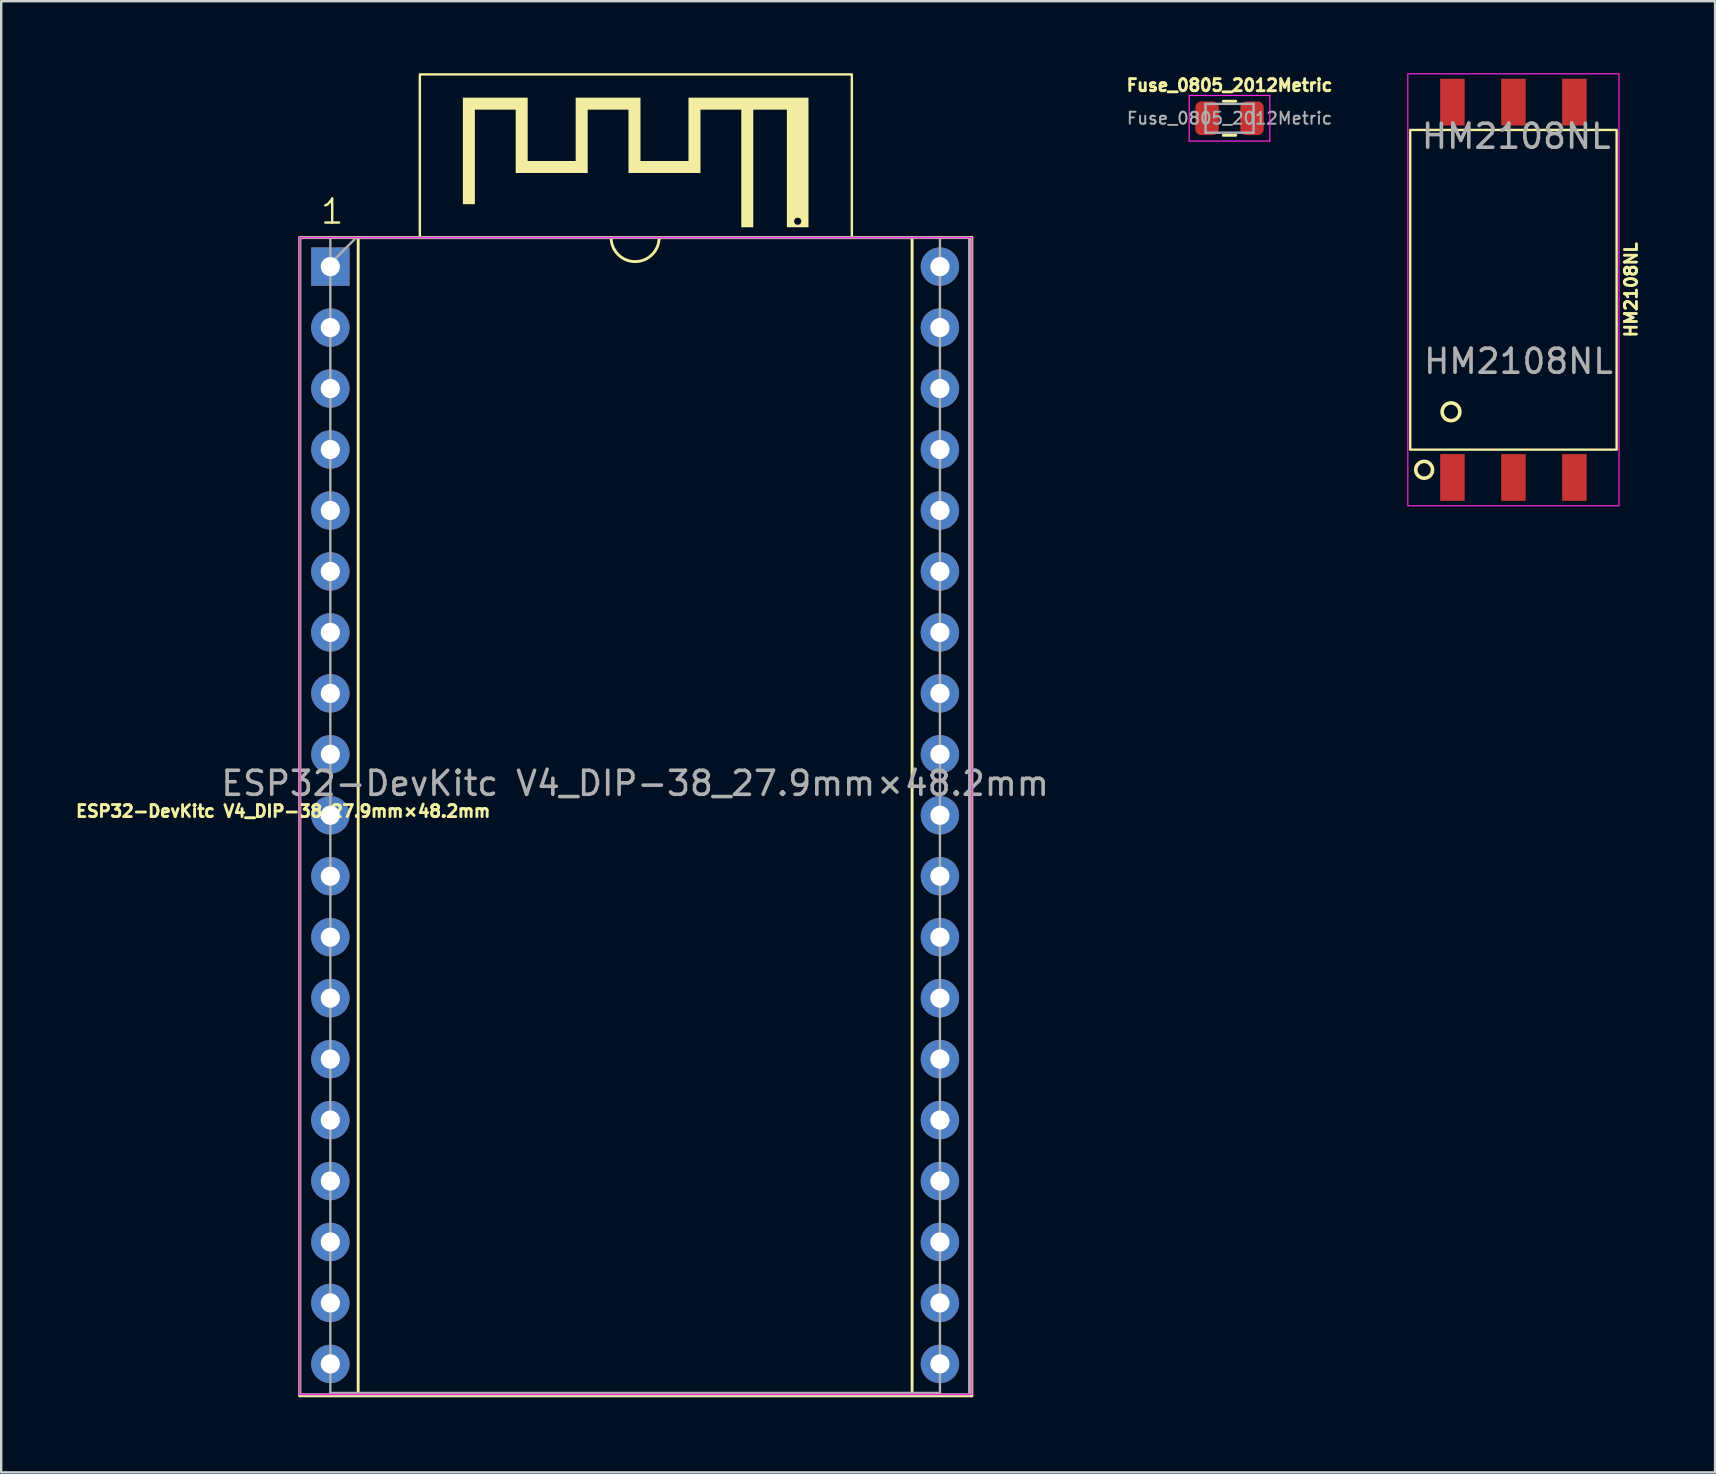
<source format=kicad_pcb>
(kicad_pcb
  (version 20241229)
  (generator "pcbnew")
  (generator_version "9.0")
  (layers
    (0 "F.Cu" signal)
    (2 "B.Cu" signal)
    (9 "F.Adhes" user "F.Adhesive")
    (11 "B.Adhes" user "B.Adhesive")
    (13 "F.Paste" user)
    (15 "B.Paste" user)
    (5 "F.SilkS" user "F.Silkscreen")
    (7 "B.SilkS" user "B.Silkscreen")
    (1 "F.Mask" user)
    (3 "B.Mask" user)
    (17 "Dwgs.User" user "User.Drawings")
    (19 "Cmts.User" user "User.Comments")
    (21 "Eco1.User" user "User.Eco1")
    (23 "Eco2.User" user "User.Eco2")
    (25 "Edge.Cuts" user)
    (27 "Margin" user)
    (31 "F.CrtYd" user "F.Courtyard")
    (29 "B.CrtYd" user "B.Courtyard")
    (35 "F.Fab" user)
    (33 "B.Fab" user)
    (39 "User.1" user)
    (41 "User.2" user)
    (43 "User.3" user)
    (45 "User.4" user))
  (footprint "Fuse_0805_2012Metric"
    (layer "F.Cu")
    (at 48.181 1.878)
    (property "Reference" "Fuse_0805_2012Metric" (at 0 -1.375 180) (layer "F.SilkS") (effects (font (size 0.5 0.5) (thickness 0.12))))
    (attr smd)
    (fp_line (start -0.259 -0.71) (end 0.259 -0.71) (stroke (width 0.12) (type solid)) (layer "F.SilkS"))
    (fp_line (start -0.259 0.71) (end 0.259 0.71) (stroke (width 0.12) (type solid)) (layer "F.SilkS"))
    (fp_line (start -1.68 -0.95) (end 1.68 -0.95) (stroke (width 0.05) (type solid)) (layer "F.CrtYd"))
    (fp_line (start -1.68 0.95) (end -1.68 -0.95) (stroke (width 0.05) (type solid)) (layer "F.CrtYd"))
    (fp_line (start 1.68 -0.95) (end 1.68 0.95) (stroke (width 0.05) (type solid)) (layer "F.CrtYd"))
    (fp_line (start 1.68 0.95) (end -1.68 0.95) (stroke (width 0.05) (type solid)) (layer "F.CrtYd"))
    (fp_line (start -1 -0.6) (end 1 -0.6) (stroke (width 0.1) (type solid)) (layer "F.Fab"))
    (fp_line (start -1 0.6) (end -1 -0.6) (stroke (width 0.1) (type solid)) (layer "F.Fab"))
    (fp_line (start 1 -0.6) (end 1 0.6) (stroke (width 0.1) (type solid)) (layer "F.Fab"))
    (fp_line (start 1 0.6) (end -1 0.6) (stroke (width 0.1) (type solid)) (layer "F.Fab"))
    (fp_text user "${REFERENCE}" (at 0 0 180) (layer "F.Fab") (effects (font (size 0.5 0.5) (thickness 0.08))))
    (pad "1" smd roundrect (at -0.938 0) (size 0.975 1.4) (layers "F.Cu" "F.Mask" "F.Paste") (roundrect_rratio 0.25))
    (pad "2" smd roundrect (at 0.938 0) (size 0.975 1.4) (layers "F.Cu" "F.Mask" "F.Paste") (roundrect_rratio 0.25)))
  (footprint "ESP32-DevKitc V4_DIP-38_27.9mm×48.2mm"
    (layer "F.Cu")
    (at 9.444 55.05)
    (property "Reference" "ESP32-DevKitc V4_DIP-38_27.9mm×48.2mm" (at -0.695 -24.3 0) (layer "F.SilkS") (effects (font (size 0.5 0.5) (thickness 0.12))))
    (attr through_hole)
    (fp_line (start 0 -48.2) (end 0 0.06) (stroke (width 0.12) (type solid)) (layer "F.SilkS"))
    (fp_line (start 0 0.06) (end 28 0.06) (stroke (width 0.12) (type solid)) (layer "F.SilkS"))
    (fp_line (start 2.43 -48.2) (end 2.43 0) (stroke (width 0.12) (type solid)) (layer "F.SilkS"))
    (fp_line (start 2.43 0) (end 25.51 0) (stroke (width 0.12) (type solid)) (layer "F.SilkS"))
    (fp_line (start 12.97 -48.2) (end 2.43 -48.2) (stroke (width 0.12) (type solid)) (layer "F.SilkS"))
    (fp_line (start 25.51 -48.2) (end 14.97 -48.2) (stroke (width 0.12) (type solid)) (layer "F.SilkS"))
    (fp_line (start 25.51 0) (end 25.51 -48.2) (stroke (width 0.12) (type solid)) (layer "F.SilkS"))
    (fp_line (start 28 -48.2) (end 0 -48.2) (stroke (width 0.12) (type solid)) (layer "F.SilkS"))
    (fp_line (start 28 0.06) (end 28 -48.2) (stroke (width 0.12) (type solid)) (layer "F.SilkS"))
    (fp_rect (start 5 -55) (end 23 -48.2) (stroke (width 0.1) (type default)) (fill no) (layer "F.SilkS"))
    (fp_arc (start 14.97 -48.2) (mid 13.97 -47.2) (end 12.97 -48.2) (stroke (width 0.12) (type solid)) (layer "F.SilkS"))
    (fp_poly (pts (xy 16.193 -51.391) (xy 14.193 -51.391) (xy 14.193 -54.031) (xy 11.493 -54.031) (xy 11.493 -51.391) (xy 9.493 -51.391) (xy 9.493 -54.031) (xy 6.793 -54.031) (xy 6.793 -49.591) (xy 7.293 -49.591) (xy 7.293 -53.531) (xy 8.993 -53.531) (xy 8.993 -50.891) (xy 11.993 -50.891) (xy 11.993 -53.531) (xy 13.693 -53.531) (xy 13.693 -50.891) (xy 16.693 -50.891) (xy 16.693 -53.531) (xy 18.393 -53.531) (xy 18.393 -48.631) (xy 18.893 -48.631) (xy 18.893 -53.531) (xy 20.293 -53.531) (xy 20.293 -48.631) (xy 21.193 -48.631) (xy 21.193 -48.874) (xy 20.891 -48.874) (xy 20.881 -48.826) (xy 20.857 -48.784) (xy 20.819 -48.751) (xy 20.811 -48.747) (xy 20.768 -48.735) (xy 20.72 -48.735) (xy 20.674 -48.748) (xy 20.656 -48.759) (xy 20.622 -48.794) (xy 20.602 -48.839) (xy 20.595 -48.889) (xy 20.604 -48.937) (xy 20.62 -48.969) (xy 20.656 -49.002) (xy 20.701 -49.022) (xy 20.751 -49.029) (xy 20.799 -49.021) (xy 20.832 -49.004) (xy 20.867 -48.967) (xy 20.886 -48.922) (xy 20.891 -48.874) (xy 21.193 -48.874) (xy 21.193 -54.031) (xy 16.193 -54.031) (xy 16.193 -51.391)) (stroke (width 0) (type solid)) (fill yes) (layer "F.SilkS"))
    (fp_line (start 0 -48.2) (end 0 0) (stroke (width 0.05) (type solid)) (layer "F.CrtYd"))
    (fp_line (start 0 0) (end 28 0) (stroke (width 0.05) (type solid)) (layer "F.CrtYd"))
    (fp_line (start 28 -48.2) (end 0 -48.2) (stroke (width 0.05) (type solid)) (layer "F.CrtYd"))
    (fp_line (start 28 0) (end 28 -48.2) (stroke (width 0.05) (type solid)) (layer "F.CrtYd"))
    (fp_line (start 0 -48.2) (end 0 0) (stroke (width 0.1) (type solid)) (layer "F.Fab"))
    (fp_line (start 0 0) (end 27.9 0) (stroke (width 0.1) (type solid)) (layer "F.Fab"))
    (fp_line (start 1.27 0) (end 1.27 -48.2) (stroke (width 0.1) (type solid)) (layer "F.Fab"))
    (fp_line (start 1.278 -47.125) (end 2.278 -48.125) (stroke (width 0.1) (type solid)) (layer "F.Fab"))
    (fp_line (start 2.525 -48.2) (end 26.415 -48.2) (stroke (width 0.1) (type solid)) (layer "F.Fab"))
    (fp_line (start 26.67 -0.06) (end 1.27 -0.06) (stroke (width 0.1) (type solid)) (layer "F.Fab"))
    (fp_line (start 26.67 -0.06) (end 26.67 -48.133) (stroke (width 0.1) (type default)) (layer "F.Fab"))
    (fp_line (start 27.9 -48.2) (end 0 -48.2) (stroke (width 0.1) (type solid)) (layer "F.Fab"))
    (fp_line (start 27.9 -48.2) (end 27.9 0) (stroke (width 0.1) (type solid)) (layer "F.Fab"))
    (fp_line (start 27.9 0) (end 27.9 -48.2) (stroke (width 0.1) (type solid)) (layer "F.Fab"))
    (fp_text user "1" (at 0.805 -48.7 0) (unlocked yes) (layer "F.SilkS") (effects (font (size 1 1) (thickness 0.1)) (justify left bottom)))
    (fp_text user "${REFERENCE}" (at 13.97 -25.46 0) (layer "F.Fab") (effects (font (size 1 1) (thickness 0.15))))
    (pad "1" thru_hole rect (at 1.27 -46.99) (size 1.6 1.6) (drill 0.8) (layers "*.Cu" "*.Mask"))
    (pad "2" thru_hole oval (at 1.27 -44.45) (size 1.6 1.6) (drill 0.8) (layers "*.Cu" "*.Mask"))
    (pad "3" thru_hole oval (at 1.27 -41.91) (size 1.6 1.6) (drill 0.8) (layers "*.Cu" "*.Mask"))
    (pad "4" thru_hole oval (at 1.27 -39.37) (size 1.6 1.6) (drill 0.8) (layers "*.Cu" "*.Mask"))
    (pad "5" thru_hole oval (at 1.27 -36.83) (size 1.6 1.6) (drill 0.8) (layers "*.Cu" "*.Mask"))
    (pad "6" thru_hole oval (at 1.27 -34.29) (size 1.6 1.6) (drill 0.8) (layers "*.Cu" "*.Mask"))
    (pad "7" thru_hole oval (at 1.27 -31.75) (size 1.6 1.6) (drill 0.8) (layers "*.Cu" "*.Mask"))
    (pad "8" thru_hole oval (at 1.27 -29.21) (size 1.6 1.6) (drill 0.8) (layers "*.Cu" "*.Mask"))
    (pad "9" thru_hole oval (at 1.27 -26.67) (size 1.6 1.6) (drill 0.8) (layers "*.Cu" "*.Mask"))
    (pad "10" thru_hole oval (at 1.27 -24.13) (size 1.6 1.6) (drill 0.8) (layers "*.Cu" "*.Mask"))
    (pad "11" thru_hole oval (at 1.27 -21.59) (size 1.6 1.6) (drill 0.8) (layers "*.Cu" "*.Mask"))
    (pad "12" thru_hole oval (at 1.27 -19.05) (size 1.6 1.6) (drill 0.8) (layers "*.Cu" "*.Mask"))
    (pad "13" thru_hole oval (at 1.27 -16.51) (size 1.6 1.6) (drill 0.8) (layers "*.Cu" "*.Mask"))
    (pad "14" thru_hole oval (at 1.27 -13.97) (size 1.6 1.6) (drill 0.8) (layers "*.Cu" "*.Mask"))
    (pad "15" thru_hole oval (at 1.27 -11.43) (size 1.6 1.6) (drill 0.8) (layers "*.Cu" "*.Mask"))
    (pad "16" thru_hole oval (at 1.27 -8.89) (size 1.6 1.6) (drill 0.8) (layers "*.Cu" "*.Mask"))
    (pad "17" thru_hole oval (at 1.27 -6.35) (size 1.6 1.6) (drill 0.8) (layers "*.Cu" "*.Mask"))
    (pad "18" thru_hole oval (at 1.27 -3.81) (size 1.6 1.6) (drill 0.8) (layers "*.Cu" "*.Mask"))
    (pad "19" thru_hole oval (at 1.27 -1.27) (size 1.6 1.6) (drill 0.8) (layers "*.Cu" "*.Mask"))
    (pad "20" thru_hole oval (at 26.67 -1.27) (size 1.6 1.6) (drill 0.8) (layers "*.Cu" "*.Mask"))
    (pad "21" thru_hole oval (at 26.67 -3.81) (size 1.6 1.6) (drill 0.8) (layers "*.Cu" "*.Mask"))
    (pad "22" thru_hole oval (at 26.67 -6.35) (size 1.6 1.6) (drill 0.8) (layers "*.Cu" "*.Mask"))
    (pad "23" thru_hole oval (at 26.67 -8.89) (size 1.6 1.6) (drill 0.8) (layers "*.Cu" "*.Mask"))
    (pad "24" thru_hole oval (at 26.67 -11.43) (size 1.6 1.6) (drill 0.8) (layers "*.Cu" "*.Mask"))
    (pad "25" thru_hole oval (at 26.67 -13.97) (size 1.6 1.6) (drill 0.8) (layers "*.Cu" "*.Mask"))
    (pad "26" thru_hole oval (at 26.67 -16.51) (size 1.6 1.6) (drill 0.8) (layers "*.Cu" "*.Mask"))
    (pad "27" thru_hole oval (at 26.67 -19.05) (size 1.6 1.6) (drill 0.8) (layers "*.Cu" "*.Mask"))
    (pad "28" thru_hole oval (at 26.67 -21.59) (size 1.6 1.6) (drill 0.8) (layers "*.Cu" "*.Mask"))
    (pad "29" thru_hole oval (at 26.67 -24.13) (size 1.6 1.6) (drill 0.8) (layers "*.Cu" "*.Mask"))
    (pad "30" thru_hole oval (at 26.67 -26.67) (size 1.6 1.6) (drill 0.8) (layers "*.Cu" "*.Mask"))
    (pad "31" thru_hole oval (at 26.67 -29.21) (size 1.6 1.6) (drill 0.8) (layers "*.Cu" "*.Mask"))
    (pad "32" thru_hole oval (at 26.67 -31.75) (size 1.6 1.6) (drill 0.8) (layers "*.Cu" "*.Mask"))
    (pad "33" thru_hole oval (at 26.67 -34.29) (size 1.6 1.6) (drill 0.8) (layers "*.Cu" "*.Mask"))
    (pad "34" thru_hole oval (at 26.67 -36.83) (size 1.6 1.6) (drill 0.8) (layers "*.Cu" "*.Mask"))
    (pad "35" thru_hole oval (at 26.67 -39.37) (size 1.6 1.6) (drill 0.8) (layers "*.Cu" "*.Mask"))
    (pad "36" thru_hole oval (at 26.67 -41.91) (size 1.6 1.6) (drill 0.8) (layers "*.Cu" "*.Mask"))
    (pad "37" thru_hole oval (at 26.67 -44.45) (size 1.6 1.6) (drill 0.8) (layers "*.Cu" "*.Mask"))
    (pad "38" thru_hole oval (at 26.67 -46.99) (size 1.6 1.6) (drill 0.8) (layers "*.Cu" "*.Mask")))
  (footprint "HM2108NL"
    (layer "F.Cu")
    (at 60.01 9.025)
    (property "Reference" "HM2108NL" (at 4.9 0 90) (unlocked yes) (layer "F.SilkS") (effects (font (size 0.5 0.5) (thickness 0.12))))
    (attr smd)
    (fp_rect (start -4.3 -6.66) (end 4.3 6.66) (stroke (width 0.1) (type default)) (fill no) (layer "F.SilkS"))
    (fp_circle (center -3.72 7.5) (end -3.37 7.49) (stroke (width 0.15) (type solid)) (fill no) (layer "F.SilkS"))
    (fp_circle (center -2.601 5.083) (end -2.245 4.982) (stroke (width 0.15) (type solid)) (fill no) (layer "F.SilkS"))
    (fp_rect (start -4.4 -9) (end 4.4 9) (stroke (width 0.05) (type default)) (fill no) (layer "F.CrtYd"))
    (fp_text user "${REFERENCE}" (at 0.21 2.98 0) (unlocked yes) (layer "F.Fab") (effects (font (size 1 1) (thickness 0.15))))
    (fp_text user "${REFERENCE}" (at 0.117 -6.397 180) (layer "F.Fab") (effects (font (size 1 1) (thickness 0.15))))
    (pad "1" smd rect (at -2.54 7.82) (size 1.02 1.95) (layers "F.Cu" "F.Mask" "F.Paste"))
    (pad "2" smd rect (at 0 7.82) (size 1.02 1.95) (layers "F.Cu" "F.Mask" "F.Paste"))
    (pad "3" smd rect (at 2.54 7.82) (size 1.02 1.95) (layers "F.Cu" "F.Mask" "F.Paste"))
    (pad "4" smd rect (at 2.54 -7.82) (size 1.02 1.95) (layers "F.Cu" "F.Mask" "F.Paste"))
    (pad "5" smd rect (at 0 -7.82) (size 1.02 1.95) (layers "F.Cu" "F.Mask" "F.Paste"))
    (pad "6" smd rect (at -2.54 -7.82) (size 1.02 1.95) (layers "F.Cu" "F.Mask" "F.Paste")))
  (gr_rect
    (start -3 -3)
    (end 68.413 58.3)
    (stroke (width 0.1) (type default))
    (fill no)
    (layer "Edge.Cuts")))
</source>
